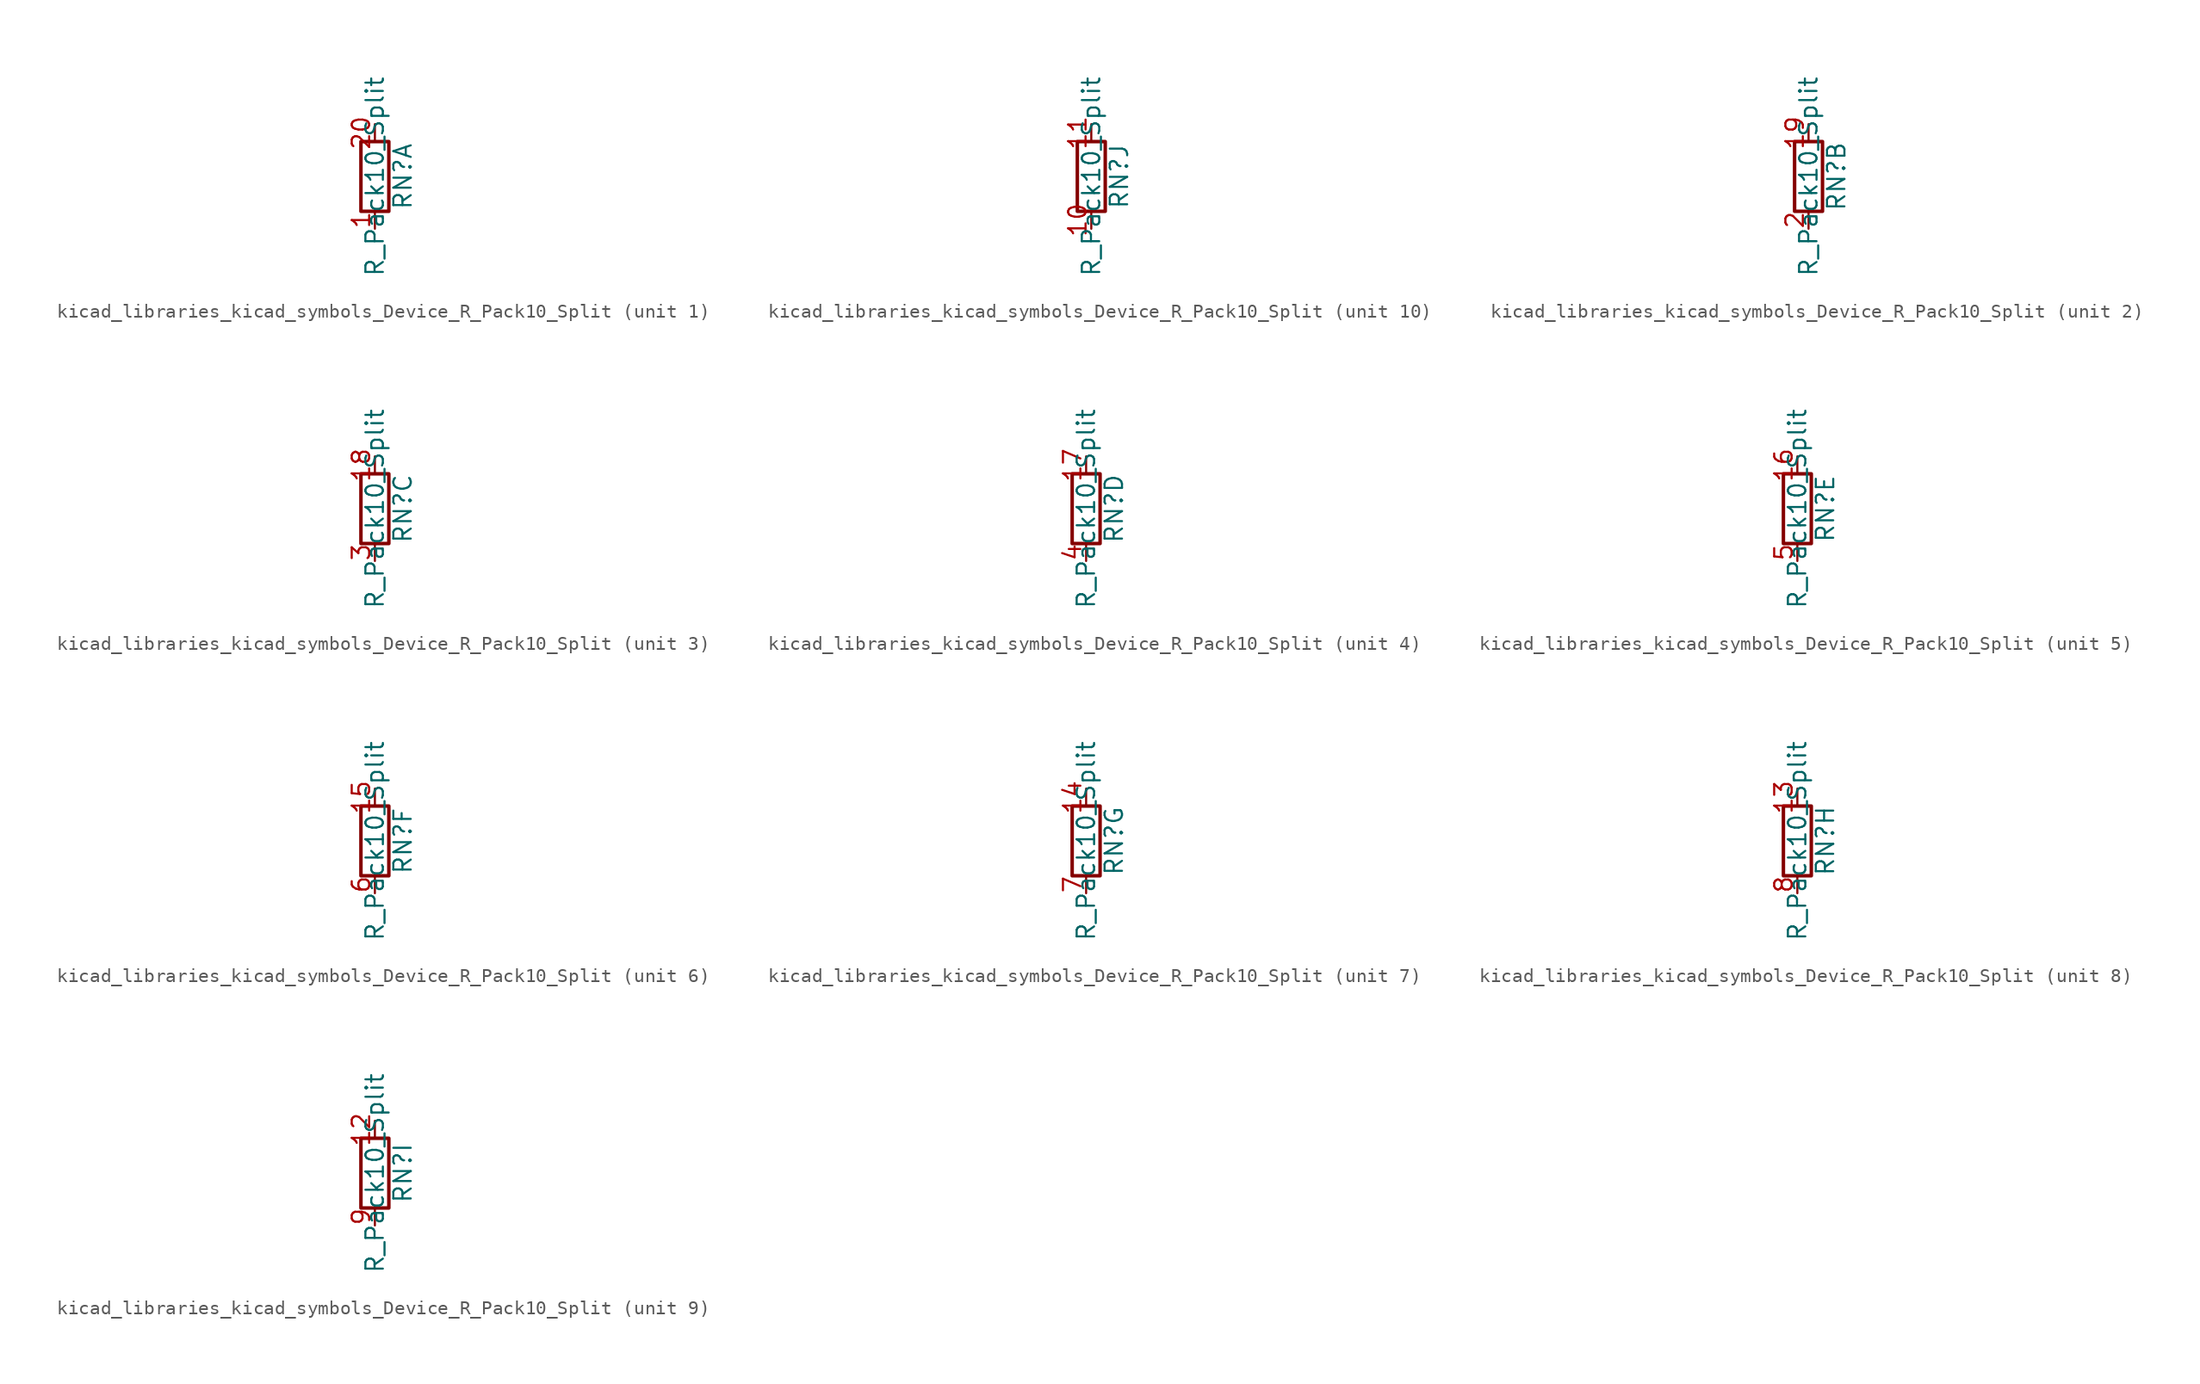
<source format=kicad_sym>
(kicad_symbol_lib
  (version 20220914)
  (generator kicad_symbol_editor)
  (symbol "kicad_libraries_kicad_symbols_Device_R_Pack10_Split"
    (pin_names
      (offset 0) hide)
    (property "Reference" "RN"
      (at 2.032 0 90)
      (effects (font (size 1.27 1.27))))
    (property "Value" "R_Pack10_Split"
      (at 0 0 90)
      (effects (font (size 1.27 1.27))))
    (symbol "kicad_libraries_kicad_symbols_Device_R_Pack10_Split_0_1"
      (rectangle (start 1.016 2.54) (end -1.016 -2.54) (stroke (width 0.254) (type default)) (fill (type none))))
    (symbol "kicad_libraries_kicad_symbols_Device_R_Pack10_Split_1_1"
      (pin passive line (at 0 -3.81 90) (length 1.27) (name "R1.1" (effects (font (size 1.27 1.27)))) (number "1" (effects (font (size 1.27 1.27)))))
      (pin passive line (at 0 3.81 270) (length 1.27) (name "R1.2" (effects (font (size 1.27 1.27)))) (number "20" (effects (font (size 1.27 1.27))))))
    (symbol "kicad_libraries_kicad_symbols_Device_R_Pack10_Split_2_1"
      (pin passive line (at 0 3.81 270) (length 1.27) (name "R2.2" (effects (font (size 1.27 1.27)))) (number "19" (effects (font (size 1.27 1.27)))))
      (pin passive line (at 0 -3.81 90) (length 1.27) (name "R2.1" (effects (font (size 1.27 1.27)))) (number "2" (effects (font (size 1.27 1.27))))))
    (symbol "kicad_libraries_kicad_symbols_Device_R_Pack10_Split_3_1"
      (pin passive line (at 0 3.81 270) (length 1.27) (name "R3.2" (effects (font (size 1.27 1.27)))) (number "18" (effects (font (size 1.27 1.27)))))
      (pin passive line (at 0 -3.81 90) (length 1.27) (name "R3.1" (effects (font (size 1.27 1.27)))) (number "3" (effects (font (size 1.27 1.27))))))
    (symbol "kicad_libraries_kicad_symbols_Device_R_Pack10_Split_4_1"
      (pin passive line (at 0 3.81 270) (length 1.27) (name "R4.2" (effects (font (size 1.27 1.27)))) (number "17" (effects (font (size 1.27 1.27)))))
      (pin passive line (at 0 -3.81 90) (length 1.27) (name "R4.1" (effects (font (size 1.27 1.27)))) (number "4" (effects (font (size 1.27 1.27))))))
    (symbol "kicad_libraries_kicad_symbols_Device_R_Pack10_Split_5_1"
      (pin passive line (at 0 3.81 270) (length 1.27) (name "R5.2" (effects (font (size 1.27 1.27)))) (number "16" (effects (font (size 1.27 1.27)))))
      (pin passive line (at 0 -3.81 90) (length 1.27) (name "R5.1" (effects (font (size 1.27 1.27)))) (number "5" (effects (font (size 1.27 1.27))))))
    (symbol "kicad_libraries_kicad_symbols_Device_R_Pack10_Split_6_1"
      (pin passive line (at 0 3.81 270) (length 1.27) (name "R6.2" (effects (font (size 1.27 1.27)))) (number "15" (effects (font (size 1.27 1.27)))))
      (pin passive line (at 0 -3.81 90) (length 1.27) (name "R6.1" (effects (font (size 1.27 1.27)))) (number "6" (effects (font (size 1.27 1.27))))))
    (symbol "kicad_libraries_kicad_symbols_Device_R_Pack10_Split_7_1"
      (pin passive line (at 0 3.81 270) (length 1.27) (name "R7.2" (effects (font (size 1.27 1.27)))) (number "14" (effects (font (size 1.27 1.27)))))
      (pin passive line (at 0 -3.81 90) (length 1.27) (name "R7.1" (effects (font (size 1.27 1.27)))) (number "7" (effects (font (size 1.27 1.27))))))
    (symbol "kicad_libraries_kicad_symbols_Device_R_Pack10_Split_8_1"
      (pin passive line (at 0 3.81 270) (length 1.27) (name "R8.2" (effects (font (size 1.27 1.27)))) (number "13" (effects (font (size 1.27 1.27)))))
      (pin passive line (at 0 -3.81 90) (length 1.27) (name "R8.1" (effects (font (size 1.27 1.27)))) (number "8" (effects (font (size 1.27 1.27))))))
    (symbol "kicad_libraries_kicad_symbols_Device_R_Pack10_Split_9_1"
      (pin passive line (at 0 3.81 270) (length 1.27) (name "R9.2" (effects (font (size 1.27 1.27)))) (number "12" (effects (font (size 1.27 1.27)))))
      (pin passive line (at 0 -3.81 90) (length 1.27) (name "R9.1" (effects (font (size 1.27 1.27)))) (number "9" (effects (font (size 1.27 1.27))))))
    (symbol "kicad_libraries_kicad_symbols_Device_R_Pack10_Split_10_1"
      (pin passive line (at 0 -3.81 90) (length 1.27) (name "R10.1" (effects (font (size 1.27 1.27)))) (number "10" (effects (font (size 1.27 1.27)))))
      (pin passive line (at 0 3.81 270) (length 1.27) (name "R10.2" (effects (font (size 1.27 1.27)))) (number "11" (effects (font (size 1.27 1.27))))))))
</source>
